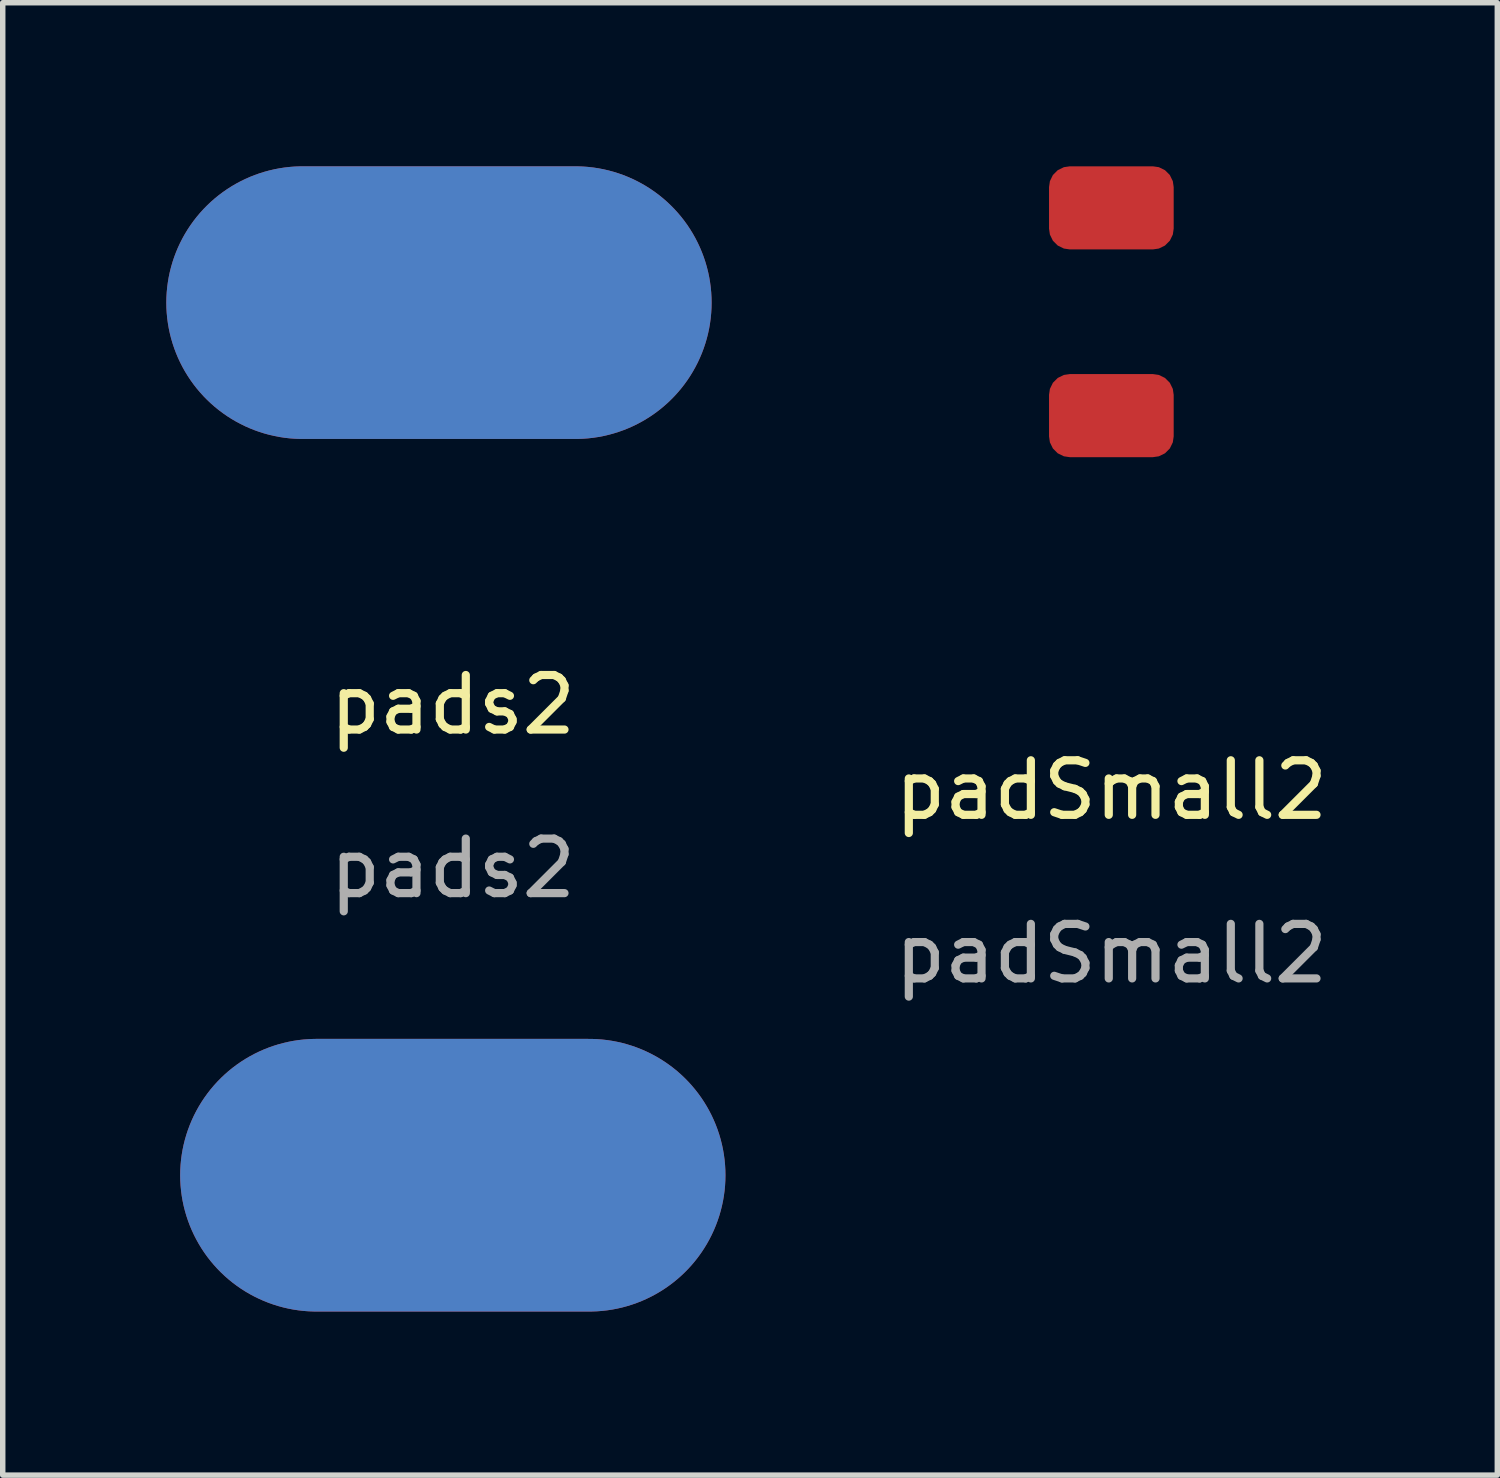
<source format=kicad_pcb>
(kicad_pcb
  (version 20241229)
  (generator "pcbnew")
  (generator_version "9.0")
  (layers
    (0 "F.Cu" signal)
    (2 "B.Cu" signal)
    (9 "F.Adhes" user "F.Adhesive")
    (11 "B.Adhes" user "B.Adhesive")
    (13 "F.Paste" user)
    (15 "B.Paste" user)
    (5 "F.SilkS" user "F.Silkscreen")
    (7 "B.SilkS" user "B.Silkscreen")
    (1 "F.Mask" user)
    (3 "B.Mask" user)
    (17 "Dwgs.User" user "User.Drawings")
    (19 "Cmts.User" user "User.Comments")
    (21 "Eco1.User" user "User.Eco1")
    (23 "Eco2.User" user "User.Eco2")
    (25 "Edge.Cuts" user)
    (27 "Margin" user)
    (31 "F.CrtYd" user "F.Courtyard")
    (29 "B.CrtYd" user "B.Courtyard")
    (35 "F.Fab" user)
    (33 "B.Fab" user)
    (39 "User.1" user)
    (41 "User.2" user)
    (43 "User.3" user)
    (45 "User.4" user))
  (footprint "pads2"
    (layer "F.Cu")
    (at 5.254 10.374)
    (property "Reference" "pads2" (at 0 -0.5 0) (unlocked yes) (layer "F.SilkS") (effects (font (size 1 1) (thickness 0.15))))
    (attr smd)
    (fp_text user "${REFERENCE}" (at 0 2.5 0) (unlocked yes) (layer "F.Fab") (effects (font (size 1 1) (thickness 0.15))))
    (pad "1" smd oval (at -0.254 -7.874) (size 10 5) (layers "F.Cu" "F.Mask" "F.Paste"))
    (pad "1" smd oval (at -0.254 -7.874) (size 10 5) (layers "B.Cu" "B.Mask" "B.Paste"))
    (pad "2" smd oval (at 0 8.128) (size 10 5) (layers "F.Cu" "F.Mask" "F.Paste"))
    (pad "2" smd oval (at 0 8.128) (size 10 5) (layers "B.Cu" "B.Mask" "B.Paste")))
  (footprint "padSmall2"
    (layer "F.Cu")
    (at 17.331 11.938)
    (property "Reference" "padSmall2" (at 0 -0.5 0) (unlocked yes) (layer "F.SilkS") (effects (font (size 1 1) (thickness 0.15))))
    (attr smd)
    (fp_text user "${REFERENCE}" (at 0 2.5 0) (unlocked yes) (layer "F.Fab") (effects (font (size 1 1) (thickness 0.15))))
    (pad "1" smd roundrect (at 0 -11.176) (size 2.286 1.524) (layers "F.Cu" "F.Mask" "F.Paste") (roundrect_rratio 0.25))
    (pad "2" smd roundrect (at 0 -7.366) (size 2.286 1.524) (layers "F.Cu" "F.Mask" "F.Paste") (roundrect_rratio 0.25)))
  (gr_rect
    (start -3 -3)
    (end 24.409 24.002)
    (stroke (width 0.1) (type default))
    (fill no)
    (layer "Edge.Cuts")))
</source>
